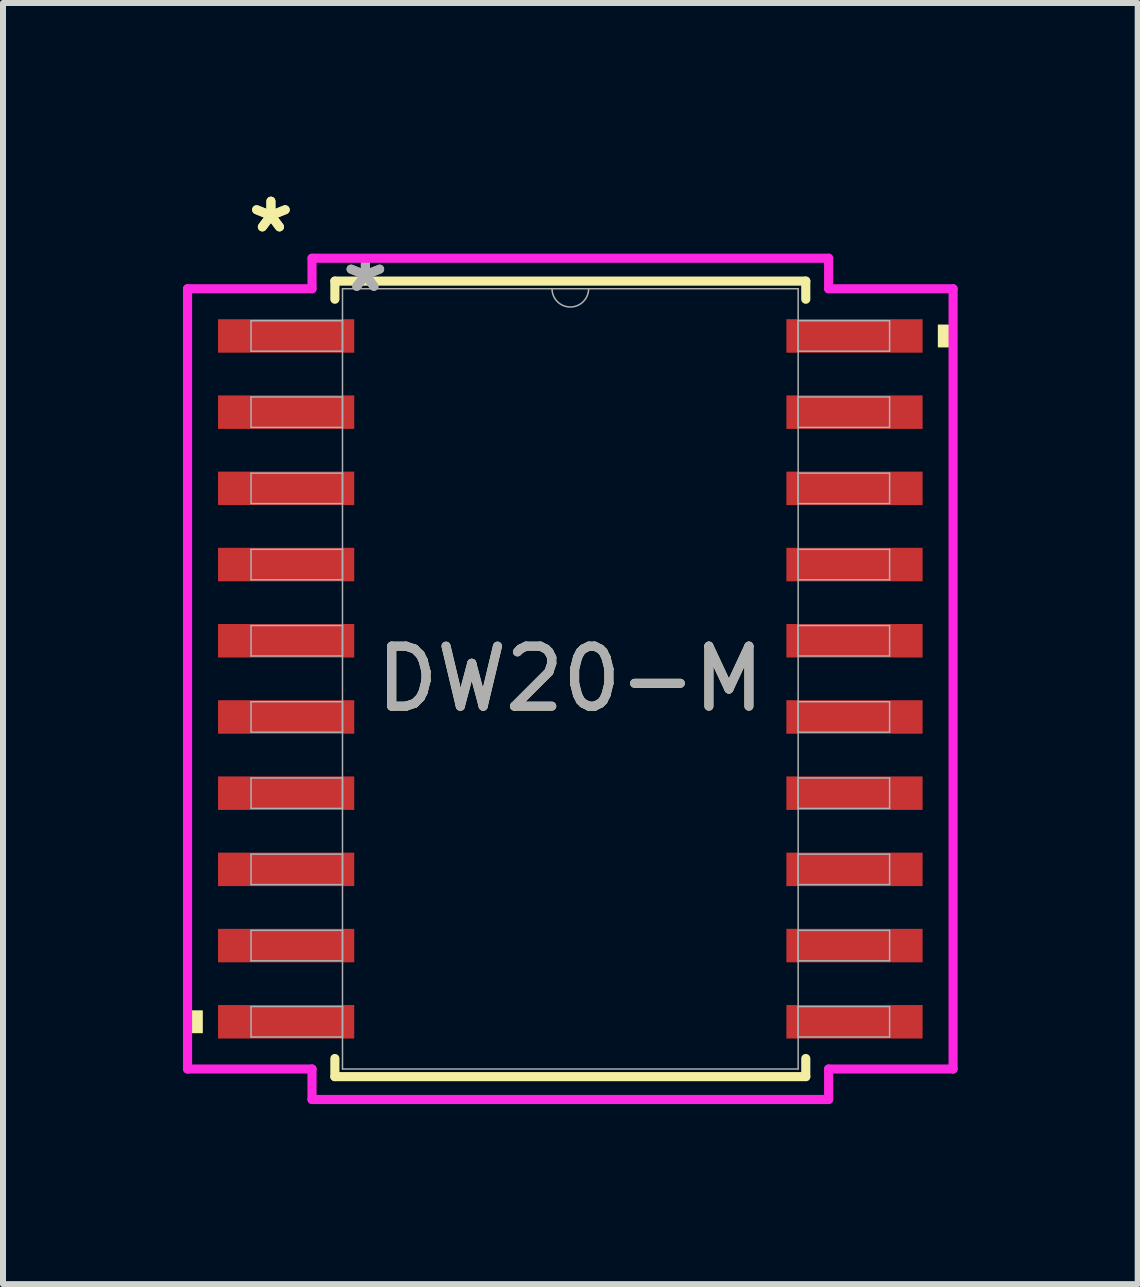
<source format=kicad_pcb>
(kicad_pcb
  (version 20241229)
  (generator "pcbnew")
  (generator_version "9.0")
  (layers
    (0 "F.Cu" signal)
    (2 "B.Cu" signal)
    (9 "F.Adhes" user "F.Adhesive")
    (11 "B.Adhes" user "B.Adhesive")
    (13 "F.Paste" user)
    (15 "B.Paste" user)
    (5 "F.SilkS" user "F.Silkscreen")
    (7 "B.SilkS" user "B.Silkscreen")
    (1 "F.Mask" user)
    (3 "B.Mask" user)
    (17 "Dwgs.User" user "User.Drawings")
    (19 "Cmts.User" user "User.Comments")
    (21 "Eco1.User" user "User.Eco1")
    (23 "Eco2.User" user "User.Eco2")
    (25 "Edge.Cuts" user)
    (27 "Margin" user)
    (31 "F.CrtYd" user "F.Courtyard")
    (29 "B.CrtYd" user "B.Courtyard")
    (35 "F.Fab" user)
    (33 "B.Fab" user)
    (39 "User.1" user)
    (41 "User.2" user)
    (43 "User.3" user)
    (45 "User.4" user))
  (footprint "DW20-M"
    (layer "F.Cu")
    (at 6.455 8.264)
    (property "Reference" "DW20-M" (at 0 0 0) (unlocked yes) (layer "F.SilkS") (effects (font (size 1 1) (thickness 0.15))))
    (attr smd)
    (fp_line (start -3.924 -6.629) (end -3.924 -6.327) (stroke (width 0.152) (type solid)) (layer "F.SilkS"))
    (fp_line (start -3.924 6.327) (end -3.924 6.629) (stroke (width 0.152) (type solid)) (layer "F.SilkS"))
    (fp_line (start -3.924 6.629) (end 3.924 6.629) (stroke (width 0.152) (type solid)) (layer "F.SilkS"))
    (fp_line (start 3.924 -6.629) (end -3.924 -6.629) (stroke (width 0.152) (type solid)) (layer "F.SilkS"))
    (fp_line (start 3.924 -6.327) (end 3.924 -6.629) (stroke (width 0.152) (type solid)) (layer "F.SilkS"))
    (fp_line (start 3.924 6.629) (end 3.924 6.327) (stroke (width 0.152) (type solid)) (layer "F.SilkS"))
    (fp_poly (pts (xy -6.379 5.524) (xy -6.379 5.905) (xy -6.125 5.905) (xy -6.125 5.524)) (stroke (width 0) (type solid)) (fill yes) (layer "F.SilkS"))
    (fp_poly (pts (xy 6.379 -5.905) (xy 6.379 -5.524) (xy 6.125 -5.524) (xy 6.125 -5.905)) (stroke (width 0) (type solid)) (fill yes) (layer "F.SilkS"))
    (fp_line (start -6.379 -6.502) (end -4.305 -6.502) (stroke (width 0.152) (type solid)) (layer "F.CrtYd"))
    (fp_line (start -6.379 6.502) (end -6.379 -6.502) (stroke (width 0.152) (type solid)) (layer "F.CrtYd"))
    (fp_line (start -6.379 6.502) (end -4.305 6.502) (stroke (width 0.152) (type solid)) (layer "F.CrtYd"))
    (fp_line (start -4.305 -7.01) (end 4.305 -7.01) (stroke (width 0.152) (type solid)) (layer "F.CrtYd"))
    (fp_line (start -4.305 -6.502) (end -4.305 -7.01) (stroke (width 0.152) (type solid)) (layer "F.CrtYd"))
    (fp_line (start -4.305 7.01) (end -4.305 6.502) (stroke (width 0.152) (type solid)) (layer "F.CrtYd"))
    (fp_line (start 4.305 -7.01) (end 4.305 -6.502) (stroke (width 0.152) (type solid)) (layer "F.CrtYd"))
    (fp_line (start 4.305 6.502) (end 4.305 7.01) (stroke (width 0.152) (type solid)) (layer "F.CrtYd"))
    (fp_line (start 4.305 7.01) (end -4.305 7.01) (stroke (width 0.152) (type solid)) (layer "F.CrtYd"))
    (fp_line (start 6.379 -6.502) (end 4.305 -6.502) (stroke (width 0.152) (type solid)) (layer "F.CrtYd"))
    (fp_line (start 6.379 -6.502) (end 6.379 6.502) (stroke (width 0.152) (type solid)) (layer "F.CrtYd"))
    (fp_line (start 6.379 6.502) (end 4.305 6.502) (stroke (width 0.152) (type solid)) (layer "F.CrtYd"))
    (fp_line (start -5.321 -5.969) (end -5.321 -5.461) (stroke (width 0.025) (type solid)) (layer "F.Fab"))
    (fp_line (start -5.321 -5.461) (end -3.797 -5.461) (stroke (width 0.025) (type solid)) (layer "F.Fab"))
    (fp_line (start -5.321 -4.699) (end -5.321 -4.191) (stroke (width 0.025) (type solid)) (layer "F.Fab"))
    (fp_line (start -5.321 -4.191) (end -3.797 -4.191) (stroke (width 0.025) (type solid)) (layer "F.Fab"))
    (fp_line (start -5.321 -3.429) (end -5.321 -2.921) (stroke (width 0.025) (type solid)) (layer "F.Fab"))
    (fp_line (start -5.321 -2.921) (end -3.797 -2.921) (stroke (width 0.025) (type solid)) (layer "F.Fab"))
    (fp_line (start -5.321 -2.159) (end -5.321 -1.651) (stroke (width 0.025) (type solid)) (layer "F.Fab"))
    (fp_line (start -5.321 -1.651) (end -3.797 -1.651) (stroke (width 0.025) (type solid)) (layer "F.Fab"))
    (fp_line (start -5.321 -0.889) (end -5.321 -0.381) (stroke (width 0.025) (type solid)) (layer "F.Fab"))
    (fp_line (start -5.321 -0.381) (end -3.797 -0.381) (stroke (width 0.025) (type solid)) (layer "F.Fab"))
    (fp_line (start -5.321 0.381) (end -5.321 0.889) (stroke (width 0.025) (type solid)) (layer "F.Fab"))
    (fp_line (start -5.321 0.889) (end -3.797 0.889) (stroke (width 0.025) (type solid)) (layer "F.Fab"))
    (fp_line (start -5.321 1.651) (end -5.321 2.159) (stroke (width 0.025) (type solid)) (layer "F.Fab"))
    (fp_line (start -5.321 2.159) (end -3.797 2.159) (stroke (width 0.025) (type solid)) (layer "F.Fab"))
    (fp_line (start -5.321 2.921) (end -5.321 3.429) (stroke (width 0.025) (type solid)) (layer "F.Fab"))
    (fp_line (start -5.321 3.429) (end -3.797 3.429) (stroke (width 0.025) (type solid)) (layer "F.Fab"))
    (fp_line (start -5.321 4.191) (end -5.321 4.699) (stroke (width 0.025) (type solid)) (layer "F.Fab"))
    (fp_line (start -5.321 4.699) (end -3.797 4.699) (stroke (width 0.025) (type solid)) (layer "F.Fab"))
    (fp_line (start -5.321 5.461) (end -5.321 5.969) (stroke (width 0.025) (type solid)) (layer "F.Fab"))
    (fp_line (start -5.321 5.969) (end -3.797 5.969) (stroke (width 0.025) (type solid)) (layer "F.Fab"))
    (fp_line (start -3.797 -6.502) (end -3.797 6.502) (stroke (width 0.025) (type solid)) (layer "F.Fab"))
    (fp_line (start -3.797 -5.969) (end -5.321 -5.969) (stroke (width 0.025) (type solid)) (layer "F.Fab"))
    (fp_line (start -3.797 -5.461) (end -3.797 -5.969) (stroke (width 0.025) (type solid)) (layer "F.Fab"))
    (fp_line (start -3.797 -4.699) (end -5.321 -4.699) (stroke (width 0.025) (type solid)) (layer "F.Fab"))
    (fp_line (start -3.797 -4.191) (end -3.797 -4.699) (stroke (width 0.025) (type solid)) (layer "F.Fab"))
    (fp_line (start -3.797 -3.429) (end -5.321 -3.429) (stroke (width 0.025) (type solid)) (layer "F.Fab"))
    (fp_line (start -3.797 -2.921) (end -3.797 -3.429) (stroke (width 0.025) (type solid)) (layer "F.Fab"))
    (fp_line (start -3.797 -2.159) (end -5.321 -2.159) (stroke (width 0.025) (type solid)) (layer "F.Fab"))
    (fp_line (start -3.797 -1.651) (end -3.797 -2.159) (stroke (width 0.025) (type solid)) (layer "F.Fab"))
    (fp_line (start -3.797 -0.889) (end -5.321 -0.889) (stroke (width 0.025) (type solid)) (layer "F.Fab"))
    (fp_line (start -3.797 -0.381) (end -3.797 -0.889) (stroke (width 0.025) (type solid)) (layer "F.Fab"))
    (fp_line (start -3.797 0.381) (end -5.321 0.381) (stroke (width 0.025) (type solid)) (layer "F.Fab"))
    (fp_line (start -3.797 0.889) (end -3.797 0.381) (stroke (width 0.025) (type solid)) (layer "F.Fab"))
    (fp_line (start -3.797 1.651) (end -5.321 1.651) (stroke (width 0.025) (type solid)) (layer "F.Fab"))
    (fp_line (start -3.797 2.159) (end -3.797 1.651) (stroke (width 0.025) (type solid)) (layer "F.Fab"))
    (fp_line (start -3.797 2.921) (end -5.321 2.921) (stroke (width 0.025) (type solid)) (layer "F.Fab"))
    (fp_line (start -3.797 3.429) (end -3.797 2.921) (stroke (width 0.025) (type solid)) (layer "F.Fab"))
    (fp_line (start -3.797 4.191) (end -5.321 4.191) (stroke (width 0.025) (type solid)) (layer "F.Fab"))
    (fp_line (start -3.797 4.699) (end -3.797 4.191) (stroke (width 0.025) (type solid)) (layer "F.Fab"))
    (fp_line (start -3.797 5.461) (end -5.321 5.461) (stroke (width 0.025) (type solid)) (layer "F.Fab"))
    (fp_line (start -3.797 5.969) (end -3.797 5.461) (stroke (width 0.025) (type solid)) (layer "F.Fab"))
    (fp_line (start -3.797 6.502) (end 3.797 6.502) (stroke (width 0.025) (type solid)) (layer "F.Fab"))
    (fp_line (start 3.797 -6.502) (end -3.797 -6.502) (stroke (width 0.025) (type solid)) (layer "F.Fab"))
    (fp_line (start 3.797 -5.969) (end 3.797 -5.461) (stroke (width 0.025) (type solid)) (layer "F.Fab"))
    (fp_line (start 3.797 -5.461) (end 5.321 -5.461) (stroke (width 0.025) (type solid)) (layer "F.Fab"))
    (fp_line (start 3.797 -4.699) (end 3.797 -4.191) (stroke (width 0.025) (type solid)) (layer "F.Fab"))
    (fp_line (start 3.797 -4.191) (end 5.321 -4.191) (stroke (width 0.025) (type solid)) (layer "F.Fab"))
    (fp_line (start 3.797 -3.429) (end 3.797 -2.921) (stroke (width 0.025) (type solid)) (layer "F.Fab"))
    (fp_line (start 3.797 -2.921) (end 5.321 -2.921) (stroke (width 0.025) (type solid)) (layer "F.Fab"))
    (fp_line (start 3.797 -2.159) (end 3.797 -1.651) (stroke (width 0.025) (type solid)) (layer "F.Fab"))
    (fp_line (start 3.797 -1.651) (end 5.321 -1.651) (stroke (width 0.025) (type solid)) (layer "F.Fab"))
    (fp_line (start 3.797 -0.889) (end 3.797 -0.381) (stroke (width 0.025) (type solid)) (layer "F.Fab"))
    (fp_line (start 3.797 -0.381) (end 5.321 -0.381) (stroke (width 0.025) (type solid)) (layer "F.Fab"))
    (fp_line (start 3.797 0.381) (end 3.797 0.889) (stroke (width 0.025) (type solid)) (layer "F.Fab"))
    (fp_line (start 3.797 0.889) (end 5.321 0.889) (stroke (width 0.025) (type solid)) (layer "F.Fab"))
    (fp_line (start 3.797 1.651) (end 3.797 2.159) (stroke (width 0.025) (type solid)) (layer "F.Fab"))
    (fp_line (start 3.797 2.159) (end 5.321 2.159) (stroke (width 0.025) (type solid)) (layer "F.Fab"))
    (fp_line (start 3.797 2.921) (end 3.797 3.429) (stroke (width 0.025) (type solid)) (layer "F.Fab"))
    (fp_line (start 3.797 3.429) (end 5.321 3.429) (stroke (width 0.025) (type solid)) (layer "F.Fab"))
    (fp_line (start 3.797 4.191) (end 3.797 4.699) (stroke (width 0.025) (type solid)) (layer "F.Fab"))
    (fp_line (start 3.797 4.699) (end 5.321 4.699) (stroke (width 0.025) (type solid)) (layer "F.Fab"))
    (fp_line (start 3.797 5.461) (end 3.797 5.969) (stroke (width 0.025) (type solid)) (layer "F.Fab"))
    (fp_line (start 3.797 5.969) (end 5.321 5.969) (stroke (width 0.025) (type solid)) (layer "F.Fab"))
    (fp_line (start 3.797 6.502) (end 3.797 -6.502) (stroke (width 0.025) (type solid)) (layer "F.Fab"))
    (fp_line (start 5.321 -5.969) (end 3.797 -5.969) (stroke (width 0.025) (type solid)) (layer "F.Fab"))
    (fp_line (start 5.321 -5.461) (end 5.321 -5.969) (stroke (width 0.025) (type solid)) (layer "F.Fab"))
    (fp_line (start 5.321 -4.699) (end 3.797 -4.699) (stroke (width 0.025) (type solid)) (layer "F.Fab"))
    (fp_line (start 5.321 -4.191) (end 5.321 -4.699) (stroke (width 0.025) (type solid)) (layer "F.Fab"))
    (fp_line (start 5.321 -3.429) (end 3.797 -3.429) (stroke (width 0.025) (type solid)) (layer "F.Fab"))
    (fp_line (start 5.321 -2.921) (end 5.321 -3.429) (stroke (width 0.025) (type solid)) (layer "F.Fab"))
    (fp_line (start 5.321 -2.159) (end 3.797 -2.159) (stroke (width 0.025) (type solid)) (layer "F.Fab"))
    (fp_line (start 5.321 -1.651) (end 5.321 -2.159) (stroke (width 0.025) (type solid)) (layer "F.Fab"))
    (fp_line (start 5.321 -0.889) (end 3.797 -0.889) (stroke (width 0.025) (type solid)) (layer "F.Fab"))
    (fp_line (start 5.321 -0.381) (end 5.321 -0.889) (stroke (width 0.025) (type solid)) (layer "F.Fab"))
    (fp_line (start 5.321 0.381) (end 3.797 0.381) (stroke (width 0.025) (type solid)) (layer "F.Fab"))
    (fp_line (start 5.321 0.889) (end 5.321 0.381) (stroke (width 0.025) (type solid)) (layer "F.Fab"))
    (fp_line (start 5.321 1.651) (end 3.797 1.651) (stroke (width 0.025) (type solid)) (layer "F.Fab"))
    (fp_line (start 5.321 2.159) (end 5.321 1.651) (stroke (width 0.025) (type solid)) (layer "F.Fab"))
    (fp_line (start 5.321 2.921) (end 3.797 2.921) (stroke (width 0.025) (type solid)) (layer "F.Fab"))
    (fp_line (start 5.321 3.429) (end 5.321 2.921) (stroke (width 0.025) (type solid)) (layer "F.Fab"))
    (fp_line (start 5.321 4.191) (end 3.797 4.191) (stroke (width 0.025) (type solid)) (layer "F.Fab"))
    (fp_line (start 5.321 4.699) (end 5.321 4.191) (stroke (width 0.025) (type solid)) (layer "F.Fab"))
    (fp_line (start 5.321 5.461) (end 3.797 5.461) (stroke (width 0.025) (type solid)) (layer "F.Fab"))
    (fp_line (start 5.321 5.969) (end 5.321 5.461) (stroke (width 0.025) (type solid)) (layer "F.Fab"))
    (fp_arc (start 0.3048 -6.5024) (mid 0 -6.1976) (end -0.3048 -6.5024) (stroke (width 0.0254) (type solid)) (layer "F.Fab"))
    (fp_text user "*" (at -4.99 -7.416 0) (unlocked yes) (layer "F.SilkS") (effects (font (size 1 1) (thickness 0.15))))
    (fp_text user "*" (at -4.99 -7.416 0) (layer "F.SilkS") (effects (font (size 1 1) (thickness 0.15))))
    (fp_text user "${REFERENCE}" (at 0 0 0) (unlocked yes) (layer "F.Fab") (effects (font (size 1 1) (thickness 0.15))))
    (fp_text user "*" (at -3.416 -6.426 0) (layer "F.Fab") (effects (font (size 1 1) (thickness 0.15))))
    (fp_text user "*" (at -3.416 -6.426 0) (unlocked yes) (layer "F.Fab") (effects (font (size 1 1) (thickness 0.15))))
    (pad "1" smd rect (at -4.736 -5.715) (size 2.27 0.558) (layers "F.Cu" "F.Mask" "F.Paste"))
    (pad "2" smd rect (at -4.736 -4.445) (size 2.27 0.558) (layers "F.Cu" "F.Mask" "F.Paste"))
    (pad "3" smd rect (at -4.736 -3.175) (size 2.27 0.558) (layers "F.Cu" "F.Mask" "F.Paste"))
    (pad "4" smd rect (at -4.736 -1.905) (size 2.27 0.558) (layers "F.Cu" "F.Mask" "F.Paste"))
    (pad "5" smd rect (at -4.736 -0.635) (size 2.27 0.558) (layers "F.Cu" "F.Mask" "F.Paste"))
    (pad "6" smd rect (at -4.736 0.635) (size 2.27 0.558) (layers "F.Cu" "F.Mask" "F.Paste"))
    (pad "7" smd rect (at -4.736 1.905) (size 2.27 0.558) (layers "F.Cu" "F.Mask" "F.Paste"))
    (pad "8" smd rect (at -4.736 3.175) (size 2.27 0.558) (layers "F.Cu" "F.Mask" "F.Paste"))
    (pad "9" smd rect (at -4.736 4.445) (size 2.27 0.558) (layers "F.Cu" "F.Mask" "F.Paste"))
    (pad "10" smd rect (at -4.736 5.715) (size 2.27 0.558) (layers "F.Cu" "F.Mask" "F.Paste"))
    (pad "11" smd rect (at 4.736 5.715) (size 2.27 0.558) (layers "F.Cu" "F.Mask" "F.Paste"))
    (pad "12" smd rect (at 4.736 4.445) (size 2.27 0.558) (layers "F.Cu" "F.Mask" "F.Paste"))
    (pad "13" smd rect (at 4.736 3.175) (size 2.27 0.558) (layers "F.Cu" "F.Mask" "F.Paste"))
    (pad "14" smd rect (at 4.736 1.905) (size 2.27 0.558) (layers "F.Cu" "F.Mask" "F.Paste"))
    (pad "15" smd rect (at 4.736 0.635) (size 2.27 0.558) (layers "F.Cu" "F.Mask" "F.Paste"))
    (pad "16" smd rect (at 4.736 -0.635) (size 2.27 0.558) (layers "F.Cu" "F.Mask" "F.Paste"))
    (pad "17" smd rect (at 4.736 -1.905) (size 2.27 0.558) (layers "F.Cu" "F.Mask" "F.Paste"))
    (pad "18" smd rect (at 4.736 -3.175) (size 2.27 0.558) (layers "F.Cu" "F.Mask" "F.Paste"))
    (pad "19" smd rect (at 4.736 -4.445) (size 2.27 0.558) (layers "F.Cu" "F.Mask" "F.Paste"))
    (pad "20" smd rect (at 4.736 -5.715) (size 2.27 0.558) (layers "F.Cu" "F.Mask" "F.Paste")))
  (gr_rect
    (start -3 -3)
    (end 15.911 18.351)
    (stroke (width 0.1) (type default))
    (fill no)
    (layer "Edge.Cuts")))
</source>
